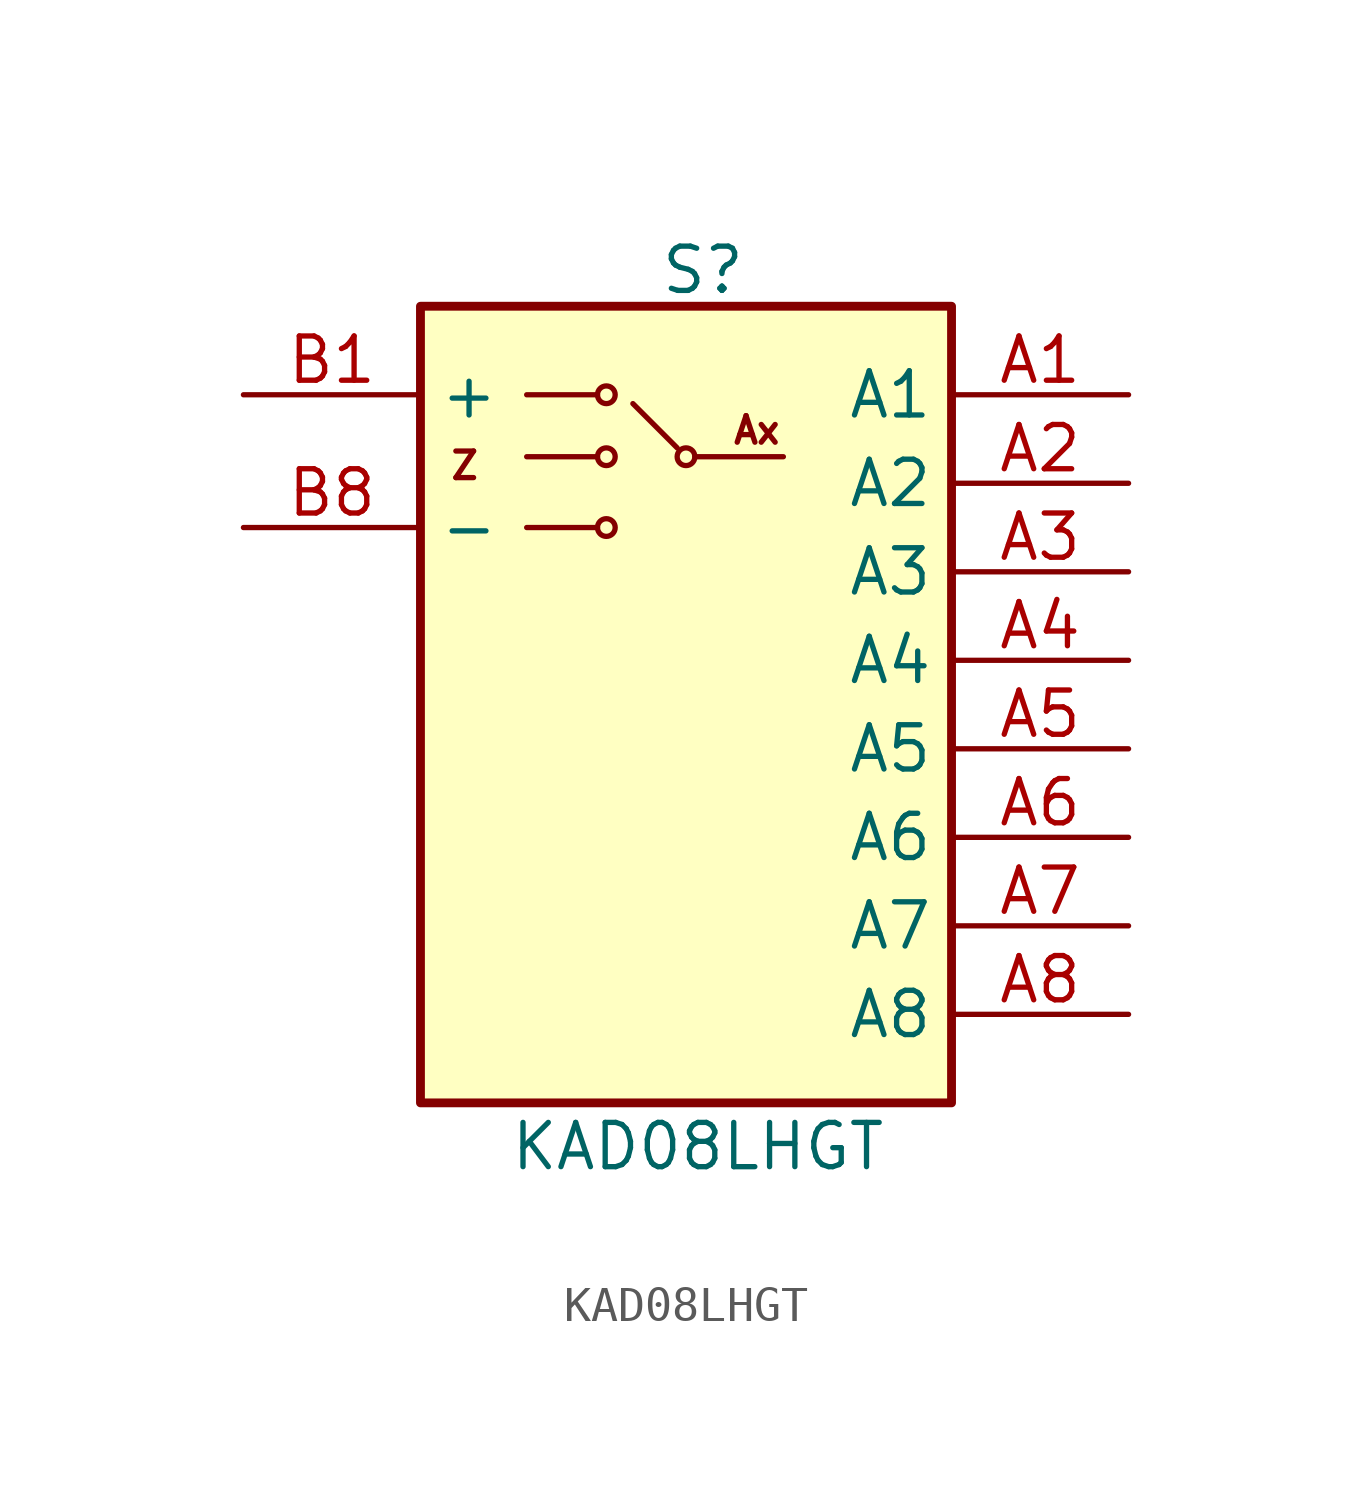
<source format=kicad_sym>
(kicad_symbol_lib
  (version 20231120)
  (generator "kicad_symbol_editor")
  (generator_version "8.0")
  (symbol "KAD08LHGT"
    (property "Reference" "S"
      (at 9.398 4.318 0)
      (do_not_autoplace)
      (effects (font (size 1.27 1.27)) (justify left top)))
    (property "Value" "KAD08LHGT"
      (at 5.08 -20.828 0)
      (do_not_autoplace)
      (effects (font (size 1.27 1.27)) (justify left top)))
    (symbol "KAD08LHGT_0_1"
      (polyline (pts (xy 5.588 -3.81) (xy 7.62 -3.81)) (stroke (width 0) (type default)) (fill (type none)))
      (polyline (pts (xy 5.588 -1.778) (xy 7.62 -1.778)) (stroke (width 0) (type default)) (fill (type none)))
      (polyline (pts (xy 5.588 0) (xy 7.62 0)) (stroke (width 0) (type default)) (fill (type none)))
      (polyline (pts (xy 9.906 -1.524) (xy 8.636 -0.254)) (stroke (width 0) (type default)) (fill (type none)))
      (polyline (pts (xy 10.414 -1.778) (xy 12.954 -1.778)) (stroke (width 0) (type default)) (fill (type none)))
      (circle (center 7.874 -3.81) (radius 0.254) (stroke (width 0) (type default)) (fill (type none)))
      (circle (center 7.874 -1.778) (radius 0.254) (stroke (width 0) (type default)) (fill (type none)))
      (circle (center 7.874 0) (radius 0.254) (stroke (width 0) (type default)) (fill (type none)))
      (circle (center 10.16 -1.778) (radius 0.254) (stroke (width 0) (type default)) (fill (type none))))
    (symbol "KAD08LHGT_1_1"
      (rectangle (start 2.54 2.54) (end 17.78 -20.32) (stroke (width 0.254) (type default)) (fill (type background)))
      (text "Ax" (at 12.192 -1.016 0) (effects (font (size 0.762 0.762))))
      (text "Z" (at 3.81 -2.032 0) (effects (font (size 0.762 0.762))))
      (pin passive line (at 22.86 0 180) (length 5.08) (name "A1" (effects (font (size 1.27 1.27)))) (number "A1" (effects (font (size 1.27 1.27)))))
      (pin passive line (at 22.86 -2.54 180) (length 5.08) (name "A2" (effects (font (size 1.27 1.27)))) (number "A2" (effects (font (size 1.27 1.27)))))
      (pin passive line (at 22.86 -5.08 180) (length 5.08) (name "A3" (effects (font (size 1.27 1.27)))) (number "A3" (effects (font (size 1.27 1.27)))))
      (pin passive line (at 22.86 -7.62 180) (length 5.08) (name "A4" (effects (font (size 1.27 1.27)))) (number "A4" (effects (font (size 1.27 1.27)))))
      (pin passive line (at 22.86 -10.16 180) (length 5.08) (name "A5" (effects (font (size 1.27 1.27)))) (number "A5" (effects (font (size 1.27 1.27)))))
      (pin passive line (at 22.86 -12.7 180) (length 5.08) (name "A6" (effects (font (size 1.27 1.27)))) (number "A6" (effects (font (size 1.27 1.27)))))
      (pin passive line (at 22.86 -15.24 180) (length 5.08) (name "A7" (effects (font (size 1.27 1.27)))) (number "A7" (effects (font (size 1.27 1.27)))))
      (pin passive line (at 22.86 -17.78 180) (length 5.08) (name "A8" (effects (font (size 1.27 1.27)))) (number "A8" (effects (font (size 1.27 1.27)))))
      (pin passive line (at -2.54 0 0) (length 5.08) (name "+" (effects (font (size 1.27 1.27)))) (number "B1" (effects (font (size 1.27 1.27)))))
      (pin passive line (at -2.54 -3.81 0) (length 5.08) (name "-" (effects (font (size 1.27 1.27)))) (number "B8" (effects (font (size 1.27 1.27))))))))
</source>
